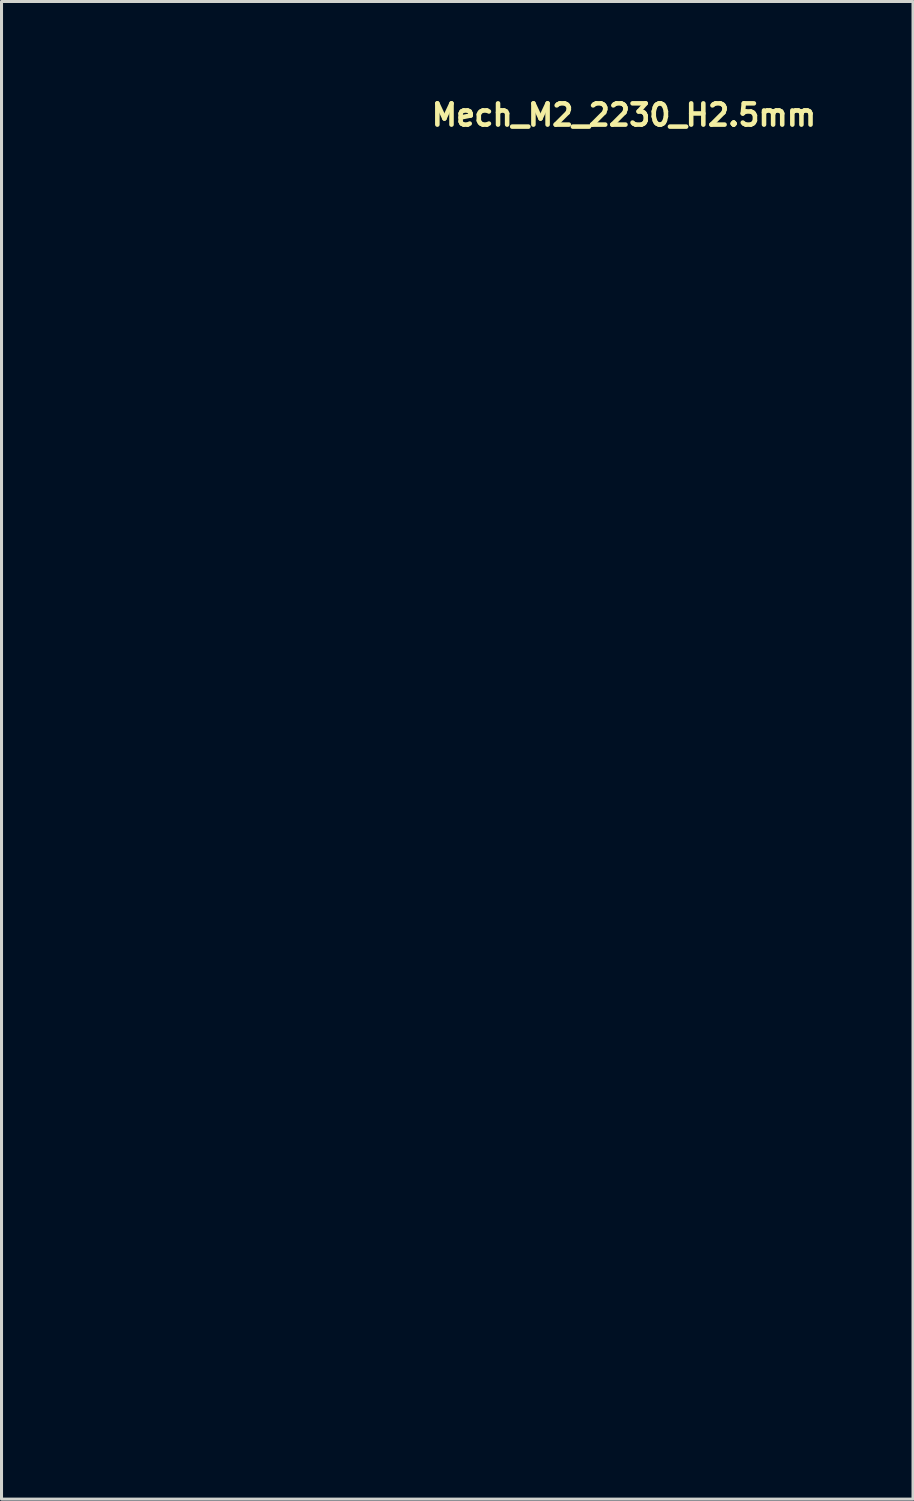
<source format=kicad_pcb>
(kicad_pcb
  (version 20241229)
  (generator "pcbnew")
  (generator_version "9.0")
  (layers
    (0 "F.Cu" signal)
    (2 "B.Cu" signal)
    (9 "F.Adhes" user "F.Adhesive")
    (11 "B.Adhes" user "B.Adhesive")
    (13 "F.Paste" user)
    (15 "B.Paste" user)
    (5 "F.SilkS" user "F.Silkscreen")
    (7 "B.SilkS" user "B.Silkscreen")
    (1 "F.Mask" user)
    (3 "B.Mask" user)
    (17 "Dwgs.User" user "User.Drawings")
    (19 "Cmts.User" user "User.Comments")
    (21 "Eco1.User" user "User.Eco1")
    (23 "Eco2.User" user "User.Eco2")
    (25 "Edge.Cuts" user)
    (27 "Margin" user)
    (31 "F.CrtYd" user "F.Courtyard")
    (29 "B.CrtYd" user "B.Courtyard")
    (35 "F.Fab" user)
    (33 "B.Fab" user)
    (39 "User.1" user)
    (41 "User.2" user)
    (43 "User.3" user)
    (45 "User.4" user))
  (footprint "Mech_M2_2230_H2.5mm"
    (layer "F.Cu")
    (at 11.1 13.26)
    (property "Reference" "Mech_M2_2230_H2.5mm" (at -0.001 -12.11 180) (layer "F.SilkS") (effects (font (size 0.7 0.7) (thickness 0.15)) (justify left bottom)))
    (attr exclude_from_pos_files exclude_from_bom)
    (fp_line (start -11 0) (end -11 30) (stroke (width 0.2) (type solid)) (layer "Eco1.User"))
    (fp_line (start -11 30) (end 10.999 30) (stroke (width 0.2) (type solid)) (layer "Eco1.User"))
    (fp_line (start 10.999 0) (end -11 0) (stroke (width 0.2) (type solid)) (layer "Eco1.User"))
    (fp_line (start 10.999 30) (end 10.999 0) (stroke (width 0.2) (type solid)) (layer "Eco1.User"))
    (fp_circle (center -0.001 0) (end -1.25 0) (stroke (width 0.2) (type solid)) (fill no) (layer "Eco1.User")))
  (gr_rect
    (start -3 -3)
    (end 27.042 46.36)
    (stroke (width 0.1) (type default))
    (fill no)
    (layer "Edge.Cuts")))
</source>
